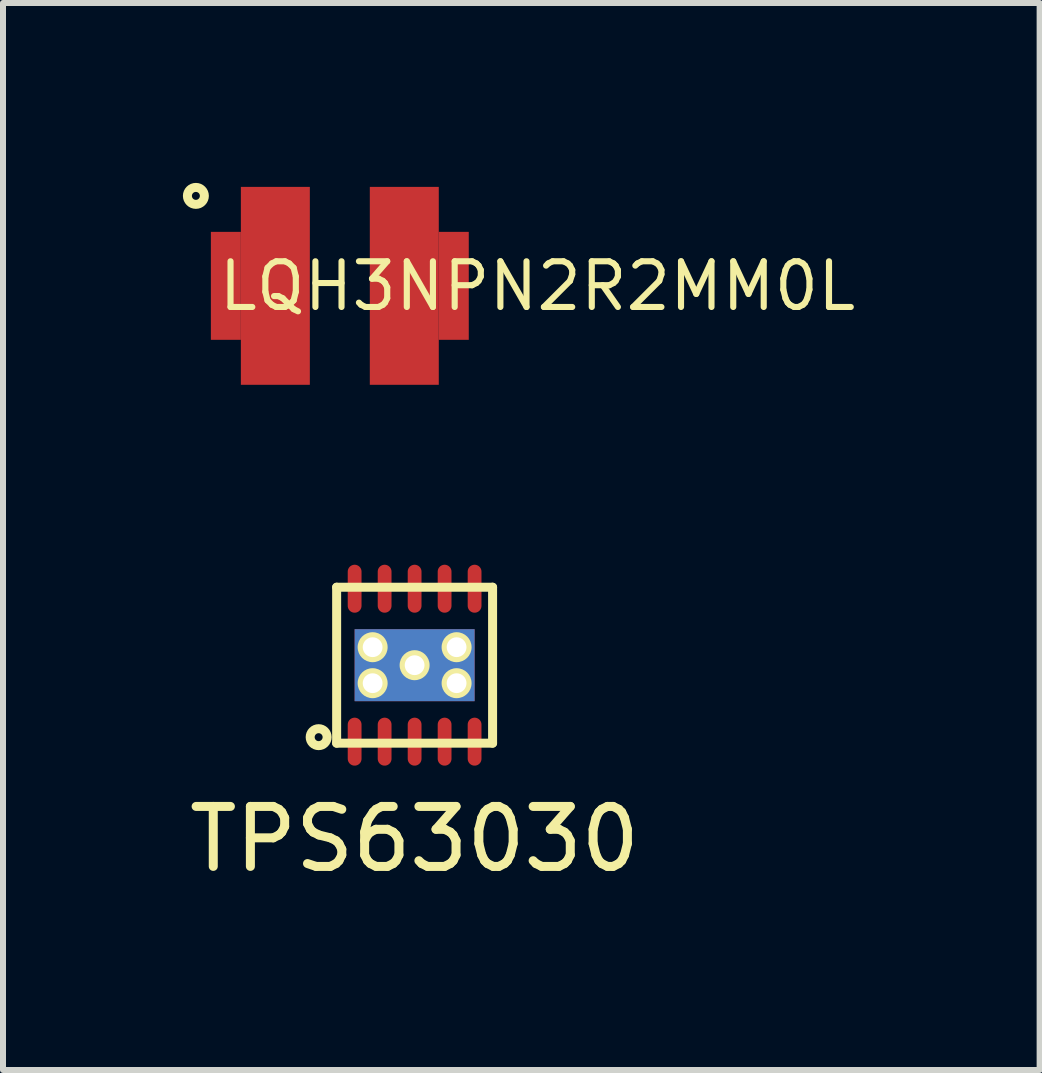
<source format=kicad_pcb>
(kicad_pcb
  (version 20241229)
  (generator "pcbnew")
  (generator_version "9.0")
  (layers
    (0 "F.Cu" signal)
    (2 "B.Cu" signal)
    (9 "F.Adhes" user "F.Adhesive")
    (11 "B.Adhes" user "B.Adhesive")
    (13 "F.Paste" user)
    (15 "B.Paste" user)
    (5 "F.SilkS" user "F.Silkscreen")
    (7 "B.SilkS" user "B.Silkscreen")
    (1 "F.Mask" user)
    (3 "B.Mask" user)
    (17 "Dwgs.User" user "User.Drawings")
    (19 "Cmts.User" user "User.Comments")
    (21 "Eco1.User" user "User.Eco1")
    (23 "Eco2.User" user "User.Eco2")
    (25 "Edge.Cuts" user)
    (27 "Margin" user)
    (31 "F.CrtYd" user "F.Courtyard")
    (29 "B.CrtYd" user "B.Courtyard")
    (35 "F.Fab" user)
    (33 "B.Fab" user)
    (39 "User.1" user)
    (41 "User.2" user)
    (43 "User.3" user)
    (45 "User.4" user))
  (footprint "TPS63030"
    (layer "F.Cu")
    (at 3.863 8.041)
    (property "Reference" "TPS63030" (at 0 2.9 0) (layer "F.SilkS") (effects (font (size 1 1) (thickness 0.15))))
    (attr through_hole)
    (fp_line (start -1.3 -1.3) (end -1.3 1.3) (stroke (width 0.15) (type solid)) (layer "F.SilkS"))
    (fp_line (start -1.3 -1.3) (end 1.3 -1.3) (stroke (width 0.15) (type solid)) (layer "F.SilkS"))
    (fp_line (start -1.3 1.3) (end 1.3 1.3) (stroke (width 0.15) (type solid)) (layer "F.SilkS"))
    (fp_line (start 1.3 1.3) (end 1.3 -1.3) (stroke (width 0.15) (type solid)) (layer "F.SilkS"))
    (fp_circle (center -1.6 1.2) (end -1.5 1.3) (stroke (width 0.15) (type solid)) (fill no) (layer "F.SilkS"))
    (pad "1" smd oval (at -1 1.275) (size 0.23 0.8) (layers "F.Cu" "F.Mask" "F.Paste"))
    (pad "2" smd oval (at -0.5 1.275) (size 0.23 0.8) (layers "F.Cu" "F.Mask" "F.Paste"))
    (pad "3" smd oval (at 0 1.275) (size 0.23 0.8) (layers "F.Cu" "F.Mask" "F.Paste"))
    (pad "4" smd oval (at 0.5 1.275) (size 0.23 0.8) (layers "F.Cu" "F.Mask" "F.Paste"))
    (pad "5" smd oval (at 1 1.275) (size 0.23 0.8) (layers "F.Cu" "F.Mask" "F.Paste"))
    (pad "6" smd oval (at 1 -1.275) (size 0.23 0.8) (layers "F.Cu" "F.Mask" "F.Paste"))
    (pad "7" smd oval (at 0.5 -1.275) (size 0.23 0.8) (layers "F.Cu" "F.Mask" "F.Paste"))
    (pad "8" smd oval (at 0 -1.275) (size 0.23 0.8) (layers "F.Cu" "F.Mask" "F.Paste"))
    (pad "9" smd oval (at -0.5 -1.275) (size 0.23 0.8) (layers "F.Cu" "F.Mask" "F.Paste"))
    (pad "10" smd oval (at -1 -1.275) (size 0.23 0.8) (layers "F.Cu" "F.Mask" "F.Paste"))
    (pad "11" thru_hole circle (at -0.7 -0.3) (size 0.5 0.5) (drill 0.33) (layers "*.Cu" "*.Mask" "F.SilkS"))
    (pad "11" thru_hole circle (at -0.7 0.3) (size 0.5 0.5) (drill 0.33) (layers "*.Cu" "*.Mask" "F.SilkS"))
    (pad "11" thru_hole circle (at 0 0) (size 0.5 0.5) (drill 0.33) (layers "*.Cu" "*.Mask" "F.SilkS"))
    (pad "11" smd rect (at 0 0) (size 2 1.2) (layers "*.Cu" "*.Mask" "F.Paste"))
    (pad "11" thru_hole circle (at 0.7 -0.3) (size 0.5 0.5) (drill 0.33) (layers "*.Cu" "*.Mask" "F.SilkS"))
    (pad "11" thru_hole circle (at 0.7 0.3) (size 0.5 0.5) (drill 0.33) (layers "*.Cu" "*.Mask" "F.SilkS")))
  (footprint "LQH3NPN2R2MM0L"
    (layer "F.Cu")
    (at 2.616 1.716)
    (property "Reference" "LQH3NPN2R2MM0L" (at 3.294 0.005 0) (layer "F.SilkS") (effects (font (size 0.762 0.762) (thickness 0.102))))
    (attr through_hole)
    (fp_circle (center -2.4 -1.5) (end -2.3 -1.4) (stroke (width 0.15) (type solid)) (fill no) (layer "F.SilkS"))
    (pad "1" smd rect (at -1.9 0) (size 0.5 1.8) (layers "F.Cu" "F.Mask" "F.Paste"))
    (pad "1" smd rect (at -1.075 0) (size 1.15 3.3) (layers "F.Cu" "F.Mask" "F.Paste"))
    (pad "2" smd rect (at 1.075 0) (size 1.15 3.3) (layers "F.Cu" "F.Mask" "F.Paste"))
    (pad "2" smd rect (at 1.9 0) (size 0.5 1.8) (layers "F.Cu" "F.Mask" "F.Paste")))
  (gr_rect
    (start -3 -3)
    (end 14.284 14.79)
    (stroke (width 0.1) (type default))
    (fill no)
    (layer "Edge.Cuts")))
</source>
